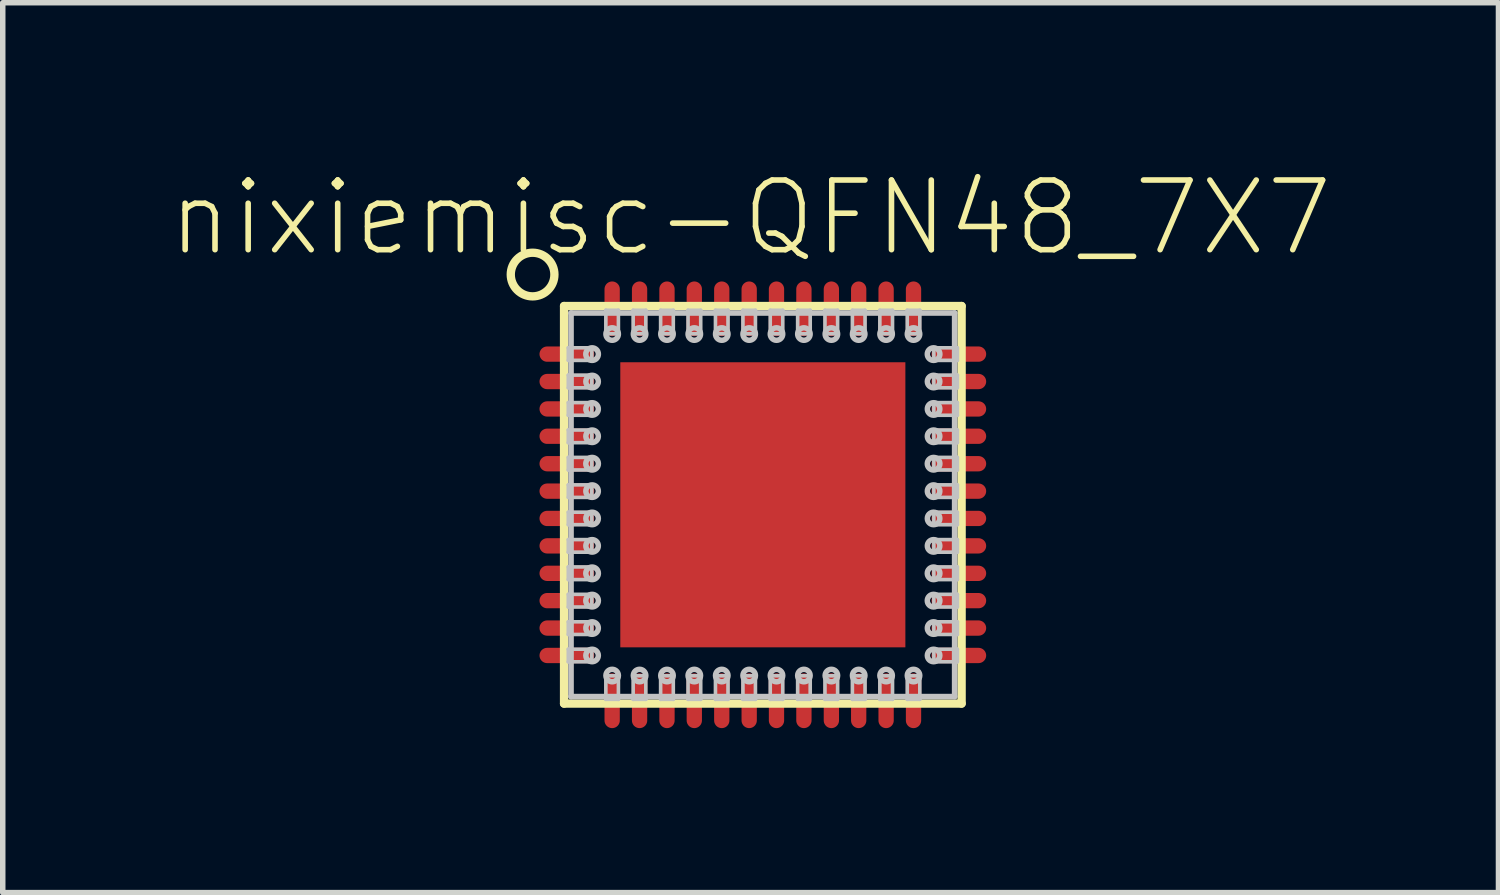
<source format=kicad_pcb>
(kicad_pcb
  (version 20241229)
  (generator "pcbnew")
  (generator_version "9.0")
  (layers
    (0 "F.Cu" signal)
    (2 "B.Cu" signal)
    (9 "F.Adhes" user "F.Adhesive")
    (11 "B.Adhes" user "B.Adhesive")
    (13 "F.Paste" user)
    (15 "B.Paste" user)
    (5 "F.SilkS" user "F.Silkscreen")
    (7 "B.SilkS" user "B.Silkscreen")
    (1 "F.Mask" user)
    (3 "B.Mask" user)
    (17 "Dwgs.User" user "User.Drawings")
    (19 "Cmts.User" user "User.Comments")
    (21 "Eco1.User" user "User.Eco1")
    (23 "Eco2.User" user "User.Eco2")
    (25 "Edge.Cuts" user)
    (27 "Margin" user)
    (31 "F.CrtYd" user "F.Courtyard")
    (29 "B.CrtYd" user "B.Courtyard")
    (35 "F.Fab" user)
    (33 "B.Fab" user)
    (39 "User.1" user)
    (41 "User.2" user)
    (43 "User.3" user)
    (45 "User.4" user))
  (footprint "nixiemisc-QFN48_7X7"
    (layer "F.Cu")
    (at 10.862 6.156)
    (property "Reference" "nixiemisc-QFN48_7X7" (at -0.224 -5.235 0) (layer "F.SilkS") (effects (font (size 1.27 1.27) (thickness 0.102))))
    (attr smd)
    (fp_line (start -2.598 -2.598) (end 2.598 -2.598) (stroke (width 0.066) (type solid)) (layer "F.Mask"))
    (fp_line (start -2.598 2.598) (end -2.598 -2.598) (stroke (width 0.066) (type solid)) (layer "F.Mask"))
    (fp_line (start -2.598 2.598) (end 2.598 2.598) (stroke (width 0.066) (type solid)) (layer "F.Mask"))
    (fp_line (start 2.598 2.598) (end 2.598 -2.598) (stroke (width 0.066) (type solid)) (layer "F.Mask"))
    (fp_line (start -3.625 3.625) (end -3.625 -3.625) (stroke (width 0.152) (type solid)) (layer "F.SilkS"))
    (fp_line (start 3.625 -3.625) (end -3.625 -3.625) (stroke (width 0.152) (type solid)) (layer "F.SilkS"))
    (fp_line (start 3.625 -3.625) (end 3.625 3.625) (stroke (width 0.152) (type solid)) (layer "F.SilkS"))
    (fp_line (start 3.625 3.625) (end -3.625 3.625) (stroke (width 0.152) (type solid)) (layer "F.SilkS"))
    (fp_circle (center -4.199 -4.199) (end -4.199 -4.597) (stroke (width 0.152) (type solid)) (fill no) (layer "F.SilkS"))
    (fp_line (start -2.598 -2.598) (end 2.598 -2.598) (stroke (width 0.066) (type solid)) (layer "F.Paste"))
    (fp_line (start -2.598 2.598) (end -2.598 -2.598) (stroke (width 0.066) (type solid)) (layer "F.Paste"))
    (fp_line (start -2.598 2.598) (end 2.598 2.598) (stroke (width 0.066) (type solid)) (layer "F.Paste"))
    (fp_line (start 2.598 2.598) (end 2.598 -2.598) (stroke (width 0.066) (type solid)) (layer "F.Paste"))
    (fp_line (start -3.548 -2.863) (end -3.548 -2.634) (stroke (width 0.066) (type solid)) (layer "Dwgs.User"))
    (fp_line (start -3.548 -2.863) (end -3.119 -2.863) (stroke (width 0.066) (type solid)) (layer "Dwgs.User"))
    (fp_line (start -3.548 -2.634) (end -3.119 -2.634) (stroke (width 0.066) (type solid)) (layer "Dwgs.User"))
    (fp_line (start -3.548 -2.365) (end -3.548 -2.134) (stroke (width 0.066) (type solid)) (layer "Dwgs.User"))
    (fp_line (start -3.548 -2.365) (end -3.119 -2.365) (stroke (width 0.066) (type solid)) (layer "Dwgs.User"))
    (fp_line (start -3.548 -2.134) (end -3.119 -2.134) (stroke (width 0.066) (type solid)) (layer "Dwgs.User"))
    (fp_line (start -3.548 -1.864) (end -3.548 -1.633) (stroke (width 0.066) (type solid)) (layer "Dwgs.User"))
    (fp_line (start -3.548 -1.864) (end -3.119 -1.864) (stroke (width 0.066) (type solid)) (layer "Dwgs.User"))
    (fp_line (start -3.548 -1.633) (end -3.119 -1.633) (stroke (width 0.066) (type solid)) (layer "Dwgs.User"))
    (fp_line (start -3.548 -1.364) (end -3.548 -1.133) (stroke (width 0.066) (type solid)) (layer "Dwgs.User"))
    (fp_line (start -3.548 -1.364) (end -3.119 -1.364) (stroke (width 0.066) (type solid)) (layer "Dwgs.User"))
    (fp_line (start -3.548 -1.133) (end -3.119 -1.133) (stroke (width 0.066) (type solid)) (layer "Dwgs.User"))
    (fp_line (start -3.548 -0.864) (end -3.548 -0.635) (stroke (width 0.066) (type solid)) (layer "Dwgs.User"))
    (fp_line (start -3.548 -0.864) (end -3.119 -0.864) (stroke (width 0.066) (type solid)) (layer "Dwgs.User"))
    (fp_line (start -3.548 -0.635) (end -3.119 -0.635) (stroke (width 0.066) (type solid)) (layer "Dwgs.User"))
    (fp_line (start -3.548 -0.363) (end -3.548 -0.135) (stroke (width 0.066) (type solid)) (layer "Dwgs.User"))
    (fp_line (start -3.548 -0.363) (end -3.119 -0.363) (stroke (width 0.066) (type solid)) (layer "Dwgs.User"))
    (fp_line (start -3.548 -0.135) (end -3.119 -0.135) (stroke (width 0.066) (type solid)) (layer "Dwgs.User"))
    (fp_line (start -3.548 0.135) (end -3.548 0.363) (stroke (width 0.066) (type solid)) (layer "Dwgs.User"))
    (fp_line (start -3.548 0.135) (end -3.119 0.135) (stroke (width 0.066) (type solid)) (layer "Dwgs.User"))
    (fp_line (start -3.548 0.363) (end -3.119 0.363) (stroke (width 0.066) (type solid)) (layer "Dwgs.User"))
    (fp_line (start -3.548 0.635) (end -3.548 0.864) (stroke (width 0.066) (type solid)) (layer "Dwgs.User"))
    (fp_line (start -3.548 0.635) (end -3.119 0.635) (stroke (width 0.066) (type solid)) (layer "Dwgs.User"))
    (fp_line (start -3.548 0.864) (end -3.119 0.864) (stroke (width 0.066) (type solid)) (layer "Dwgs.User"))
    (fp_line (start -3.548 1.133) (end -3.548 1.364) (stroke (width 0.066) (type solid)) (layer "Dwgs.User"))
    (fp_line (start -3.548 1.133) (end -3.119 1.133) (stroke (width 0.066) (type solid)) (layer "Dwgs.User"))
    (fp_line (start -3.548 1.364) (end -3.119 1.364) (stroke (width 0.066) (type solid)) (layer "Dwgs.User"))
    (fp_line (start -3.548 1.633) (end -3.548 1.864) (stroke (width 0.066) (type solid)) (layer "Dwgs.User"))
    (fp_line (start -3.548 1.633) (end -3.119 1.633) (stroke (width 0.066) (type solid)) (layer "Dwgs.User"))
    (fp_line (start -3.548 1.864) (end -3.119 1.864) (stroke (width 0.066) (type solid)) (layer "Dwgs.User"))
    (fp_line (start -3.548 2.134) (end -3.548 2.365) (stroke (width 0.066) (type solid)) (layer "Dwgs.User"))
    (fp_line (start -3.548 2.134) (end -3.119 2.134) (stroke (width 0.066) (type solid)) (layer "Dwgs.User"))
    (fp_line (start -3.548 2.365) (end -3.119 2.365) (stroke (width 0.066) (type solid)) (layer "Dwgs.User"))
    (fp_line (start -3.548 2.634) (end -3.548 2.863) (stroke (width 0.066) (type solid)) (layer "Dwgs.User"))
    (fp_line (start -3.548 2.634) (end -3.119 2.634) (stroke (width 0.066) (type solid)) (layer "Dwgs.User"))
    (fp_line (start -3.548 2.863) (end -3.119 2.863) (stroke (width 0.066) (type solid)) (layer "Dwgs.User"))
    (fp_line (start -3.498 -3.498) (end 3.498 -3.498) (stroke (width 0.102) (type solid)) (layer "Dwgs.User"))
    (fp_line (start -3.498 3.498) (end -3.498 -3.498) (stroke (width 0.102) (type solid)) (layer "Dwgs.User"))
    (fp_line (start -3.119 -2.863) (end -3.119 -2.634) (stroke (width 0.066) (type solid)) (layer "Dwgs.User"))
    (fp_line (start -3.119 -2.365) (end -3.119 -2.134) (stroke (width 0.066) (type solid)) (layer "Dwgs.User"))
    (fp_line (start -3.119 -1.864) (end -3.119 -1.633) (stroke (width 0.066) (type solid)) (layer "Dwgs.User"))
    (fp_line (start -3.119 -1.364) (end -3.119 -1.133) (stroke (width 0.066) (type solid)) (layer "Dwgs.User"))
    (fp_line (start -3.119 -0.864) (end -3.119 -0.635) (stroke (width 0.066) (type solid)) (layer "Dwgs.User"))
    (fp_line (start -3.119 -0.363) (end -3.119 -0.135) (stroke (width 0.066) (type solid)) (layer "Dwgs.User"))
    (fp_line (start -3.119 0.135) (end -3.119 0.363) (stroke (width 0.066) (type solid)) (layer "Dwgs.User"))
    (fp_line (start -3.119 0.635) (end -3.119 0.864) (stroke (width 0.066) (type solid)) (layer "Dwgs.User"))
    (fp_line (start -3.119 1.133) (end -3.119 1.364) (stroke (width 0.066) (type solid)) (layer "Dwgs.User"))
    (fp_line (start -3.119 1.633) (end -3.119 1.864) (stroke (width 0.066) (type solid)) (layer "Dwgs.User"))
    (fp_line (start -3.119 2.134) (end -3.119 2.365) (stroke (width 0.066) (type solid)) (layer "Dwgs.User"))
    (fp_line (start -3.119 2.634) (end -3.119 2.863) (stroke (width 0.066) (type solid)) (layer "Dwgs.User"))
    (fp_line (start -2.863 -3.548) (end -2.863 -3.119) (stroke (width 0.066) (type solid)) (layer "Dwgs.User"))
    (fp_line (start -2.863 3.119) (end -2.634 3.119) (stroke (width 0.066) (type solid)) (layer "Dwgs.User"))
    (fp_line (start -2.863 3.548) (end -2.863 3.119) (stroke (width 0.066) (type solid)) (layer "Dwgs.User"))
    (fp_line (start -2.863 3.548) (end -2.634 3.548) (stroke (width 0.066) (type solid)) (layer "Dwgs.User"))
    (fp_line (start -2.634 -3.548) (end -2.863 -3.548) (stroke (width 0.066) (type solid)) (layer "Dwgs.User"))
    (fp_line (start -2.634 -3.548) (end -2.634 -3.119) (stroke (width 0.066) (type solid)) (layer "Dwgs.User"))
    (fp_line (start -2.634 -3.119) (end -2.863 -3.119) (stroke (width 0.066) (type solid)) (layer "Dwgs.User"))
    (fp_line (start -2.634 3.548) (end -2.634 3.119) (stroke (width 0.066) (type solid)) (layer "Dwgs.User"))
    (fp_line (start -2.365 -3.548) (end -2.365 -3.119) (stroke (width 0.066) (type solid)) (layer "Dwgs.User"))
    (fp_line (start -2.365 3.119) (end -2.134 3.119) (stroke (width 0.066) (type solid)) (layer "Dwgs.User"))
    (fp_line (start -2.365 3.548) (end -2.365 3.119) (stroke (width 0.066) (type solid)) (layer "Dwgs.User"))
    (fp_line (start -2.365 3.548) (end -2.134 3.548) (stroke (width 0.066) (type solid)) (layer "Dwgs.User"))
    (fp_line (start -2.134 -3.548) (end -2.365 -3.548) (stroke (width 0.066) (type solid)) (layer "Dwgs.User"))
    (fp_line (start -2.134 -3.548) (end -2.134 -3.119) (stroke (width 0.066) (type solid)) (layer "Dwgs.User"))
    (fp_line (start -2.134 -3.119) (end -2.365 -3.119) (stroke (width 0.066) (type solid)) (layer "Dwgs.User"))
    (fp_line (start -2.134 3.548) (end -2.134 3.119) (stroke (width 0.066) (type solid)) (layer "Dwgs.User"))
    (fp_line (start -1.864 -3.548) (end -1.864 -3.119) (stroke (width 0.066) (type solid)) (layer "Dwgs.User"))
    (fp_line (start -1.864 3.119) (end -1.633 3.119) (stroke (width 0.066) (type solid)) (layer "Dwgs.User"))
    (fp_line (start -1.864 3.548) (end -1.864 3.119) (stroke (width 0.066) (type solid)) (layer "Dwgs.User"))
    (fp_line (start -1.864 3.548) (end -1.633 3.548) (stroke (width 0.066) (type solid)) (layer "Dwgs.User"))
    (fp_line (start -1.633 -3.548) (end -1.864 -3.548) (stroke (width 0.066) (type solid)) (layer "Dwgs.User"))
    (fp_line (start -1.633 -3.548) (end -1.633 -3.119) (stroke (width 0.066) (type solid)) (layer "Dwgs.User"))
    (fp_line (start -1.633 -3.119) (end -1.864 -3.119) (stroke (width 0.066) (type solid)) (layer "Dwgs.User"))
    (fp_line (start -1.633 3.548) (end -1.633 3.119) (stroke (width 0.066) (type solid)) (layer "Dwgs.User"))
    (fp_line (start -1.364 -3.548) (end -1.364 -3.119) (stroke (width 0.066) (type solid)) (layer "Dwgs.User"))
    (fp_line (start -1.364 3.119) (end -1.133 3.119) (stroke (width 0.066) (type solid)) (layer "Dwgs.User"))
    (fp_line (start -1.364 3.548) (end -1.364 3.119) (stroke (width 0.066) (type solid)) (layer "Dwgs.User"))
    (fp_line (start -1.364 3.548) (end -1.133 3.548) (stroke (width 0.066) (type solid)) (layer "Dwgs.User"))
    (fp_line (start -1.133 -3.548) (end -1.364 -3.548) (stroke (width 0.066) (type solid)) (layer "Dwgs.User"))
    (fp_line (start -1.133 -3.548) (end -1.133 -3.119) (stroke (width 0.066) (type solid)) (layer "Dwgs.User"))
    (fp_line (start -1.133 -3.119) (end -1.364 -3.119) (stroke (width 0.066) (type solid)) (layer "Dwgs.User"))
    (fp_line (start -1.133 3.548) (end -1.133 3.119) (stroke (width 0.066) (type solid)) (layer "Dwgs.User"))
    (fp_line (start -0.864 -3.548) (end -0.864 -3.119) (stroke (width 0.066) (type solid)) (layer "Dwgs.User"))
    (fp_line (start -0.864 3.119) (end -0.635 3.119) (stroke (width 0.066) (type solid)) (layer "Dwgs.User"))
    (fp_line (start -0.864 3.548) (end -0.864 3.119) (stroke (width 0.066) (type solid)) (layer "Dwgs.User"))
    (fp_line (start -0.864 3.548) (end -0.635 3.548) (stroke (width 0.066) (type solid)) (layer "Dwgs.User"))
    (fp_line (start -0.635 -3.548) (end -0.864 -3.548) (stroke (width 0.066) (type solid)) (layer "Dwgs.User"))
    (fp_line (start -0.635 -3.548) (end -0.635 -3.119) (stroke (width 0.066) (type solid)) (layer "Dwgs.User"))
    (fp_line (start -0.635 -3.119) (end -0.864 -3.119) (stroke (width 0.066) (type solid)) (layer "Dwgs.User"))
    (fp_line (start -0.635 3.548) (end -0.635 3.119) (stroke (width 0.066) (type solid)) (layer "Dwgs.User"))
    (fp_line (start -0.363 -3.548) (end -0.363 -3.119) (stroke (width 0.066) (type solid)) (layer "Dwgs.User"))
    (fp_line (start -0.363 3.119) (end -0.135 3.119) (stroke (width 0.066) (type solid)) (layer "Dwgs.User"))
    (fp_line (start -0.363 3.548) (end -0.363 3.119) (stroke (width 0.066) (type solid)) (layer "Dwgs.User"))
    (fp_line (start -0.363 3.548) (end -0.135 3.548) (stroke (width 0.066) (type solid)) (layer "Dwgs.User"))
    (fp_line (start -0.135 -3.548) (end -0.363 -3.548) (stroke (width 0.066) (type solid)) (layer "Dwgs.User"))
    (fp_line (start -0.135 -3.548) (end -0.135 -3.119) (stroke (width 0.066) (type solid)) (layer "Dwgs.User"))
    (fp_line (start -0.135 -3.119) (end -0.363 -3.119) (stroke (width 0.066) (type solid)) (layer "Dwgs.User"))
    (fp_line (start -0.135 3.548) (end -0.135 3.119) (stroke (width 0.066) (type solid)) (layer "Dwgs.User"))
    (fp_line (start 0.135 -3.548) (end 0.135 -3.119) (stroke (width 0.066) (type solid)) (layer "Dwgs.User"))
    (fp_line (start 0.135 3.119) (end 0.363 3.119) (stroke (width 0.066) (type solid)) (layer "Dwgs.User"))
    (fp_line (start 0.135 3.548) (end 0.135 3.119) (stroke (width 0.066) (type solid)) (layer "Dwgs.User"))
    (fp_line (start 0.135 3.548) (end 0.363 3.548) (stroke (width 0.066) (type solid)) (layer "Dwgs.User"))
    (fp_line (start 0.363 -3.548) (end 0.135 -3.548) (stroke (width 0.066) (type solid)) (layer "Dwgs.User"))
    (fp_line (start 0.363 -3.548) (end 0.363 -3.119) (stroke (width 0.066) (type solid)) (layer "Dwgs.User"))
    (fp_line (start 0.363 -3.119) (end 0.135 -3.119) (stroke (width 0.066) (type solid)) (layer "Dwgs.User"))
    (fp_line (start 0.363 3.548) (end 0.363 3.119) (stroke (width 0.066) (type solid)) (layer "Dwgs.User"))
    (fp_line (start 0.635 -3.548) (end 0.635 -3.119) (stroke (width 0.066) (type solid)) (layer "Dwgs.User"))
    (fp_line (start 0.635 3.119) (end 0.864 3.119) (stroke (width 0.066) (type solid)) (layer "Dwgs.User"))
    (fp_line (start 0.635 3.548) (end 0.635 3.119) (stroke (width 0.066) (type solid)) (layer "Dwgs.User"))
    (fp_line (start 0.635 3.548) (end 0.864 3.548) (stroke (width 0.066) (type solid)) (layer "Dwgs.User"))
    (fp_line (start 0.864 -3.548) (end 0.635 -3.548) (stroke (width 0.066) (type solid)) (layer "Dwgs.User"))
    (fp_line (start 0.864 -3.548) (end 0.864 -3.119) (stroke (width 0.066) (type solid)) (layer "Dwgs.User"))
    (fp_line (start 0.864 -3.119) (end 0.635 -3.119) (stroke (width 0.066) (type solid)) (layer "Dwgs.User"))
    (fp_line (start 0.864 3.548) (end 0.864 3.119) (stroke (width 0.066) (type solid)) (layer "Dwgs.User"))
    (fp_line (start 1.133 -3.548) (end 1.133 -3.119) (stroke (width 0.066) (type solid)) (layer "Dwgs.User"))
    (fp_line (start 1.133 3.119) (end 1.364 3.119) (stroke (width 0.066) (type solid)) (layer "Dwgs.User"))
    (fp_line (start 1.133 3.548) (end 1.133 3.119) (stroke (width 0.066) (type solid)) (layer "Dwgs.User"))
    (fp_line (start 1.133 3.548) (end 1.364 3.548) (stroke (width 0.066) (type solid)) (layer "Dwgs.User"))
    (fp_line (start 1.364 -3.548) (end 1.133 -3.548) (stroke (width 0.066) (type solid)) (layer "Dwgs.User"))
    (fp_line (start 1.364 -3.548) (end 1.364 -3.119) (stroke (width 0.066) (type solid)) (layer "Dwgs.User"))
    (fp_line (start 1.364 -3.119) (end 1.133 -3.119) (stroke (width 0.066) (type solid)) (layer "Dwgs.User"))
    (fp_line (start 1.364 3.548) (end 1.364 3.119) (stroke (width 0.066) (type solid)) (layer "Dwgs.User"))
    (fp_line (start 1.633 -3.548) (end 1.633 -3.119) (stroke (width 0.066) (type solid)) (layer "Dwgs.User"))
    (fp_line (start 1.633 3.119) (end 1.864 3.119) (stroke (width 0.066) (type solid)) (layer "Dwgs.User"))
    (fp_line (start 1.633 3.548) (end 1.633 3.119) (stroke (width 0.066) (type solid)) (layer "Dwgs.User"))
    (fp_line (start 1.633 3.548) (end 1.864 3.548) (stroke (width 0.066) (type solid)) (layer "Dwgs.User"))
    (fp_line (start 1.864 -3.548) (end 1.633 -3.548) (stroke (width 0.066) (type solid)) (layer "Dwgs.User"))
    (fp_line (start 1.864 -3.548) (end 1.864 -3.119) (stroke (width 0.066) (type solid)) (layer "Dwgs.User"))
    (fp_line (start 1.864 -3.119) (end 1.633 -3.119) (stroke (width 0.066) (type solid)) (layer "Dwgs.User"))
    (fp_line (start 1.864 3.548) (end 1.864 3.119) (stroke (width 0.066) (type solid)) (layer "Dwgs.User"))
    (fp_line (start 2.134 -3.548) (end 2.134 -3.119) (stroke (width 0.066) (type solid)) (layer "Dwgs.User"))
    (fp_line (start 2.134 3.119) (end 2.365 3.119) (stroke (width 0.066) (type solid)) (layer "Dwgs.User"))
    (fp_line (start 2.134 3.548) (end 2.134 3.119) (stroke (width 0.066) (type solid)) (layer "Dwgs.User"))
    (fp_line (start 2.134 3.548) (end 2.365 3.548) (stroke (width 0.066) (type solid)) (layer "Dwgs.User"))
    (fp_line (start 2.365 -3.548) (end 2.134 -3.548) (stroke (width 0.066) (type solid)) (layer "Dwgs.User"))
    (fp_line (start 2.365 -3.548) (end 2.365 -3.119) (stroke (width 0.066) (type solid)) (layer "Dwgs.User"))
    (fp_line (start 2.365 -3.119) (end 2.134 -3.119) (stroke (width 0.066) (type solid)) (layer "Dwgs.User"))
    (fp_line (start 2.365 3.548) (end 2.365 3.119) (stroke (width 0.066) (type solid)) (layer "Dwgs.User"))
    (fp_line (start 2.634 -3.548) (end 2.634 -3.119) (stroke (width 0.066) (type solid)) (layer "Dwgs.User"))
    (fp_line (start 2.634 3.119) (end 2.863 3.119) (stroke (width 0.066) (type solid)) (layer "Dwgs.User"))
    (fp_line (start 2.634 3.548) (end 2.634 3.119) (stroke (width 0.066) (type solid)) (layer "Dwgs.User"))
    (fp_line (start 2.634 3.548) (end 2.863 3.548) (stroke (width 0.066) (type solid)) (layer "Dwgs.User"))
    (fp_line (start 2.863 -3.548) (end 2.634 -3.548) (stroke (width 0.066) (type solid)) (layer "Dwgs.User"))
    (fp_line (start 2.863 -3.548) (end 2.863 -3.119) (stroke (width 0.066) (type solid)) (layer "Dwgs.User"))
    (fp_line (start 2.863 -3.119) (end 2.634 -3.119) (stroke (width 0.066) (type solid)) (layer "Dwgs.User"))
    (fp_line (start 2.863 3.548) (end 2.863 3.119) (stroke (width 0.066) (type solid)) (layer "Dwgs.User"))
    (fp_line (start 3.119 -2.634) (end 3.119 -2.863) (stroke (width 0.066) (type solid)) (layer "Dwgs.User"))
    (fp_line (start 3.119 -2.134) (end 3.119 -2.365) (stroke (width 0.066) (type solid)) (layer "Dwgs.User"))
    (fp_line (start 3.119 -1.633) (end 3.119 -1.864) (stroke (width 0.066) (type solid)) (layer "Dwgs.User"))
    (fp_line (start 3.119 -1.133) (end 3.119 -1.364) (stroke (width 0.066) (type solid)) (layer "Dwgs.User"))
    (fp_line (start 3.119 -0.635) (end 3.119 -0.864) (stroke (width 0.066) (type solid)) (layer "Dwgs.User"))
    (fp_line (start 3.119 -0.135) (end 3.119 -0.363) (stroke (width 0.066) (type solid)) (layer "Dwgs.User"))
    (fp_line (start 3.119 0.363) (end 3.119 0.135) (stroke (width 0.066) (type solid)) (layer "Dwgs.User"))
    (fp_line (start 3.119 0.864) (end 3.119 0.635) (stroke (width 0.066) (type solid)) (layer "Dwgs.User"))
    (fp_line (start 3.119 1.364) (end 3.119 1.133) (stroke (width 0.066) (type solid)) (layer "Dwgs.User"))
    (fp_line (start 3.119 1.864) (end 3.119 1.633) (stroke (width 0.066) (type solid)) (layer "Dwgs.User"))
    (fp_line (start 3.119 2.365) (end 3.119 2.134) (stroke (width 0.066) (type solid)) (layer "Dwgs.User"))
    (fp_line (start 3.119 2.863) (end 3.119 2.634) (stroke (width 0.066) (type solid)) (layer "Dwgs.User"))
    (fp_line (start 3.498 -3.498) (end 3.498 3.498) (stroke (width 0.102) (type solid)) (layer "Dwgs.User"))
    (fp_line (start 3.498 3.498) (end -3.498 3.498) (stroke (width 0.102) (type solid)) (layer "Dwgs.User"))
    (fp_line (start 3.548 -2.863) (end 3.119 -2.863) (stroke (width 0.066) (type solid)) (layer "Dwgs.User"))
    (fp_line (start 3.548 -2.634) (end 3.119 -2.634) (stroke (width 0.066) (type solid)) (layer "Dwgs.User"))
    (fp_line (start 3.548 -2.634) (end 3.548 -2.863) (stroke (width 0.066) (type solid)) (layer "Dwgs.User"))
    (fp_line (start 3.548 -2.365) (end 3.119 -2.365) (stroke (width 0.066) (type solid)) (layer "Dwgs.User"))
    (fp_line (start 3.548 -2.134) (end 3.119 -2.134) (stroke (width 0.066) (type solid)) (layer "Dwgs.User"))
    (fp_line (start 3.548 -2.134) (end 3.548 -2.365) (stroke (width 0.066) (type solid)) (layer "Dwgs.User"))
    (fp_line (start 3.548 -1.864) (end 3.119 -1.864) (stroke (width 0.066) (type solid)) (layer "Dwgs.User"))
    (fp_line (start 3.548 -1.633) (end 3.119 -1.633) (stroke (width 0.066) (type solid)) (layer "Dwgs.User"))
    (fp_line (start 3.548 -1.633) (end 3.548 -1.864) (stroke (width 0.066) (type solid)) (layer "Dwgs.User"))
    (fp_line (start 3.548 -1.364) (end 3.119 -1.364) (stroke (width 0.066) (type solid)) (layer "Dwgs.User"))
    (fp_line (start 3.548 -1.133) (end 3.119 -1.133) (stroke (width 0.066) (type solid)) (layer "Dwgs.User"))
    (fp_line (start 3.548 -1.133) (end 3.548 -1.364) (stroke (width 0.066) (type solid)) (layer "Dwgs.User"))
    (fp_line (start 3.548 -0.864) (end 3.119 -0.864) (stroke (width 0.066) (type solid)) (layer "Dwgs.User"))
    (fp_line (start 3.548 -0.635) (end 3.119 -0.635) (stroke (width 0.066) (type solid)) (layer "Dwgs.User"))
    (fp_line (start 3.548 -0.635) (end 3.548 -0.864) (stroke (width 0.066) (type solid)) (layer "Dwgs.User"))
    (fp_line (start 3.548 -0.363) (end 3.119 -0.363) (stroke (width 0.066) (type solid)) (layer "Dwgs.User"))
    (fp_line (start 3.548 -0.135) (end 3.119 -0.135) (stroke (width 0.066) (type solid)) (layer "Dwgs.User"))
    (fp_line (start 3.548 -0.135) (end 3.548 -0.363) (stroke (width 0.066) (type solid)) (layer "Dwgs.User"))
    (fp_line (start 3.548 0.135) (end 3.119 0.135) (stroke (width 0.066) (type solid)) (layer "Dwgs.User"))
    (fp_line (start 3.548 0.363) (end 3.119 0.363) (stroke (width 0.066) (type solid)) (layer "Dwgs.User"))
    (fp_line (start 3.548 0.363) (end 3.548 0.135) (stroke (width 0.066) (type solid)) (layer "Dwgs.User"))
    (fp_line (start 3.548 0.635) (end 3.119 0.635) (stroke (width 0.066) (type solid)) (layer "Dwgs.User"))
    (fp_line (start 3.548 0.864) (end 3.119 0.864) (stroke (width 0.066) (type solid)) (layer "Dwgs.User"))
    (fp_line (start 3.548 0.864) (end 3.548 0.635) (stroke (width 0.066) (type solid)) (layer "Dwgs.User"))
    (fp_line (start 3.548 1.133) (end 3.119 1.133) (stroke (width 0.066) (type solid)) (layer "Dwgs.User"))
    (fp_line (start 3.548 1.364) (end 3.119 1.364) (stroke (width 0.066) (type solid)) (layer "Dwgs.User"))
    (fp_line (start 3.548 1.364) (end 3.548 1.133) (stroke (width 0.066) (type solid)) (layer "Dwgs.User"))
    (fp_line (start 3.548 1.633) (end 3.119 1.633) (stroke (width 0.066) (type solid)) (layer "Dwgs.User"))
    (fp_line (start 3.548 1.864) (end 3.119 1.864) (stroke (width 0.066) (type solid)) (layer "Dwgs.User"))
    (fp_line (start 3.548 1.864) (end 3.548 1.633) (stroke (width 0.066) (type solid)) (layer "Dwgs.User"))
    (fp_line (start 3.548 2.134) (end 3.119 2.134) (stroke (width 0.066) (type solid)) (layer "Dwgs.User"))
    (fp_line (start 3.548 2.365) (end 3.119 2.365) (stroke (width 0.066) (type solid)) (layer "Dwgs.User"))
    (fp_line (start 3.548 2.365) (end 3.548 2.134) (stroke (width 0.066) (type solid)) (layer "Dwgs.User"))
    (fp_line (start 3.548 2.634) (end 3.119 2.634) (stroke (width 0.066) (type solid)) (layer "Dwgs.User"))
    (fp_line (start 3.548 2.863) (end 3.119 2.863) (stroke (width 0.066) (type solid)) (layer "Dwgs.User"))
    (fp_line (start 3.548 2.863) (end 3.548 2.634) (stroke (width 0.066) (type solid)) (layer "Dwgs.User"))
    (fp_circle (center -3.114 -2.748) (end -3.114 -2.863) (stroke (width 0.1) (type solid)) (fill no) (layer "Dwgs.User"))
    (fp_circle (center -3.114 -2.248) (end -3.114 -2.362) (stroke (width 0.1) (type solid)) (fill no) (layer "Dwgs.User"))
    (fp_circle (center -3.114 -1.748) (end -3.114 -1.862) (stroke (width 0.1) (type solid)) (fill no) (layer "Dwgs.User"))
    (fp_circle (center -3.114 -1.25) (end -3.114 -1.364) (stroke (width 0.1) (type solid)) (fill no) (layer "Dwgs.User"))
    (fp_circle (center -3.114 -0.749) (end -3.114 -0.864) (stroke (width 0.1) (type solid)) (fill no) (layer "Dwgs.User"))
    (fp_circle (center -3.114 -0.249) (end -3.114 -0.363) (stroke (width 0.1) (type solid)) (fill no) (layer "Dwgs.User"))
    (fp_circle (center -3.114 0.249) (end -3.114 0.135) (stroke (width 0.1) (type solid)) (fill no) (layer "Dwgs.User"))
    (fp_circle (center -3.114 0.749) (end -3.114 0.635) (stroke (width 0.1) (type solid)) (fill no) (layer "Dwgs.User"))
    (fp_circle (center -3.114 1.25) (end -3.114 1.135) (stroke (width 0.1) (type solid)) (fill no) (layer "Dwgs.User"))
    (fp_circle (center -3.114 1.748) (end -3.114 1.633) (stroke (width 0.1) (type solid)) (fill no) (layer "Dwgs.User"))
    (fp_circle (center -3.114 2.248) (end -3.114 2.134) (stroke (width 0.1) (type solid)) (fill no) (layer "Dwgs.User"))
    (fp_circle (center -3.114 2.748) (end -3.114 2.634) (stroke (width 0.1) (type solid)) (fill no) (layer "Dwgs.User"))
    (fp_circle (center -2.748 -3.114) (end -2.748 -3.228) (stroke (width 0.1) (type solid)) (fill no) (layer "Dwgs.User"))
    (fp_circle (center -2.748 3.114) (end -2.748 3) (stroke (width 0.1) (type solid)) (fill no) (layer "Dwgs.User"))
    (fp_circle (center -2.248 -3.114) (end -2.248 -3.228) (stroke (width 0.1) (type solid)) (fill no) (layer "Dwgs.User"))
    (fp_circle (center -2.248 3.114) (end -2.248 3) (stroke (width 0.1) (type solid)) (fill no) (layer "Dwgs.User"))
    (fp_circle (center -1.748 -3.114) (end -1.748 -3.228) (stroke (width 0.1) (type solid)) (fill no) (layer "Dwgs.User"))
    (fp_circle (center -1.748 3.114) (end -1.748 3) (stroke (width 0.1) (type solid)) (fill no) (layer "Dwgs.User"))
    (fp_circle (center -1.25 -3.114) (end -1.25 -3.228) (stroke (width 0.1) (type solid)) (fill no) (layer "Dwgs.User"))
    (fp_circle (center -1.25 3.114) (end -1.25 3) (stroke (width 0.1) (type solid)) (fill no) (layer "Dwgs.User"))
    (fp_circle (center -0.749 -3.114) (end -0.749 -3.228) (stroke (width 0.1) (type solid)) (fill no) (layer "Dwgs.User"))
    (fp_circle (center -0.749 3.114) (end -0.749 3) (stroke (width 0.1) (type solid)) (fill no) (layer "Dwgs.User"))
    (fp_circle (center -0.249 -3.114) (end -0.249 -3.228) (stroke (width 0.1) (type solid)) (fill no) (layer "Dwgs.User"))
    (fp_circle (center -0.249 3.114) (end -0.249 3) (stroke (width 0.1) (type solid)) (fill no) (layer "Dwgs.User"))
    (fp_circle (center 0.249 -3.114) (end 0.249 -3.228) (stroke (width 0.1) (type solid)) (fill no) (layer "Dwgs.User"))
    (fp_circle (center 0.249 3.114) (end 0.249 3) (stroke (width 0.1) (type solid)) (fill no) (layer "Dwgs.User"))
    (fp_circle (center 0.749 -3.114) (end 0.749 -3.228) (stroke (width 0.1) (type solid)) (fill no) (layer "Dwgs.User"))
    (fp_circle (center 0.749 3.114) (end 0.749 3) (stroke (width 0.1) (type solid)) (fill no) (layer "Dwgs.User"))
    (fp_circle (center 1.25 -3.114) (end 1.25 -3.228) (stroke (width 0.1) (type solid)) (fill no) (layer "Dwgs.User"))
    (fp_circle (center 1.25 3.114) (end 1.25 3) (stroke (width 0.1) (type solid)) (fill no) (layer "Dwgs.User"))
    (fp_circle (center 1.748 -3.114) (end 1.748 -3.228) (stroke (width 0.1) (type solid)) (fill no) (layer "Dwgs.User"))
    (fp_circle (center 1.748 3.114) (end 1.748 3) (stroke (width 0.1) (type solid)) (fill no) (layer "Dwgs.User"))
    (fp_circle (center 2.248 -3.114) (end 2.248 -3.228) (stroke (width 0.1) (type solid)) (fill no) (layer "Dwgs.User"))
    (fp_circle (center 2.248 3.114) (end 2.248 3) (stroke (width 0.1) (type solid)) (fill no) (layer "Dwgs.User"))
    (fp_circle (center 2.748 -3.114) (end 2.748 -3.228) (stroke (width 0.1) (type solid)) (fill no) (layer "Dwgs.User"))
    (fp_circle (center 2.748 3.114) (end 2.748 3) (stroke (width 0.1) (type solid)) (fill no) (layer "Dwgs.User"))
    (fp_circle (center 3.114 -2.748) (end 3.114 -2.863) (stroke (width 0.1) (type solid)) (fill no) (layer "Dwgs.User"))
    (fp_circle (center 3.114 -2.248) (end 3.114 -2.362) (stroke (width 0.1) (type solid)) (fill no) (layer "Dwgs.User"))
    (fp_circle (center 3.114 -1.748) (end 3.114 -1.862) (stroke (width 0.1) (type solid)) (fill no) (layer "Dwgs.User"))
    (fp_circle (center 3.114 -1.25) (end 3.114 -1.364) (stroke (width 0.1) (type solid)) (fill no) (layer "Dwgs.User"))
    (fp_circle (center 3.114 -0.749) (end 3.114 -0.864) (stroke (width 0.1) (type solid)) (fill no) (layer "Dwgs.User"))
    (fp_circle (center 3.114 -0.249) (end 3.114 -0.363) (stroke (width 0.1) (type solid)) (fill no) (layer "Dwgs.User"))
    (fp_circle (center 3.114 0.249) (end 3.114 0.135) (stroke (width 0.1) (type solid)) (fill no) (layer "Dwgs.User"))
    (fp_circle (center 3.114 0.749) (end 3.114 0.635) (stroke (width 0.1) (type solid)) (fill no) (layer "Dwgs.User"))
    (fp_circle (center 3.114 1.25) (end 3.114 1.135) (stroke (width 0.1) (type solid)) (fill no) (layer "Dwgs.User"))
    (fp_circle (center 3.114 1.748) (end 3.114 1.633) (stroke (width 0.1) (type solid)) (fill no) (layer "Dwgs.User"))
    (fp_circle (center 3.114 2.248) (end 3.114 2.134) (stroke (width 0.1) (type solid)) (fill no) (layer "Dwgs.User"))
    (fp_circle (center 3.114 2.748) (end 3.114 2.634) (stroke (width 0.1) (type solid)) (fill no) (layer "Dwgs.User"))
    (pad "1" smd oval (at -3.574 -2.748 270) (size 0.279 0.998) (layers "F.Cu" "F.Mask" "F.Paste"))
    (pad "2" smd oval (at -3.574 -2.248 270) (size 0.279 0.998) (layers "F.Cu" "F.Mask" "F.Paste"))
    (pad "3" smd oval (at -3.574 -1.748 270) (size 0.279 0.998) (layers "F.Cu" "F.Mask" "F.Paste"))
    (pad "4" smd oval (at -3.574 -1.25 270) (size 0.279 0.998) (layers "F.Cu" "F.Mask" "F.Paste"))
    (pad "5" smd oval (at -3.574 -0.749 270) (size 0.279 0.998) (layers "F.Cu" "F.Mask" "F.Paste"))
    (pad "6" smd oval (at -3.574 -0.249 270) (size 0.279 0.998) (layers "F.Cu" "F.Mask" "F.Paste"))
    (pad "7" smd oval (at -3.574 0.249 270) (size 0.279 0.998) (layers "F.Cu" "F.Mask" "F.Paste"))
    (pad "8" smd oval (at -3.574 0.749 270) (size 0.279 0.998) (layers "F.Cu" "F.Mask" "F.Paste"))
    (pad "9" smd oval (at -3.574 1.25 270) (size 0.279 0.998) (layers "F.Cu" "F.Mask" "F.Paste"))
    (pad "10" smd oval (at -3.574 1.748 270) (size 0.279 0.998) (layers "F.Cu" "F.Mask" "F.Paste"))
    (pad "11" smd oval (at -3.574 2.248 270) (size 0.279 0.998) (layers "F.Cu" "F.Mask" "F.Paste"))
    (pad "12" smd oval (at -3.574 2.748 270) (size 0.279 0.998) (layers "F.Cu" "F.Mask" "F.Paste"))
    (pad "13" smd oval (at -2.748 3.574) (size 0.279 0.998) (layers "F.Cu" "F.Mask" "F.Paste"))
    (pad "14" smd oval (at -2.248 3.574) (size 0.279 0.998) (layers "F.Cu" "F.Mask" "F.Paste"))
    (pad "15" smd oval (at -1.748 3.574) (size 0.279 0.998) (layers "F.Cu" "F.Mask" "F.Paste"))
    (pad "16" smd oval (at -1.25 3.574) (size 0.279 0.998) (layers "F.Cu" "F.Mask" "F.Paste"))
    (pad "17" smd oval (at -0.749 3.574) (size 0.279 0.998) (layers "F.Cu" "F.Mask" "F.Paste"))
    (pad "18" smd oval (at -0.249 3.574) (size 0.279 0.998) (layers "F.Cu" "F.Mask" "F.Paste"))
    (pad "19" smd oval (at 0.249 3.574) (size 0.279 0.998) (layers "F.Cu" "F.Mask" "F.Paste"))
    (pad "20" smd oval (at 0.749 3.574) (size 0.279 0.998) (layers "F.Cu" "F.Mask" "F.Paste"))
    (pad "21" smd oval (at 1.25 3.574) (size 0.279 0.998) (layers "F.Cu" "F.Mask" "F.Paste"))
    (pad "22" smd oval (at 1.748 3.574) (size 0.279 0.998) (layers "F.Cu" "F.Mask" "F.Paste"))
    (pad "23" smd oval (at 2.248 3.574) (size 0.279 0.998) (layers "F.Cu" "F.Mask" "F.Paste"))
    (pad "24" smd oval (at 2.748 3.574) (size 0.279 0.998) (layers "F.Cu" "F.Mask" "F.Paste"))
    (pad "25" smd oval (at 3.574 2.748 90) (size 0.279 0.998) (layers "F.Cu" "F.Mask" "F.Paste"))
    (pad "26" smd oval (at 3.574 2.248 90) (size 0.279 0.998) (layers "F.Cu" "F.Mask" "F.Paste"))
    (pad "27" smd oval (at 3.574 1.748 90) (size 0.279 0.998) (layers "F.Cu" "F.Mask" "F.Paste"))
    (pad "28" smd oval (at 3.574 1.25 90) (size 0.279 0.998) (layers "F.Cu" "F.Mask" "F.Paste"))
    (pad "29" smd oval (at 3.574 0.749 90) (size 0.279 0.998) (layers "F.Cu" "F.Mask" "F.Paste"))
    (pad "30" smd oval (at 3.574 0.249 90) (size 0.279 0.998) (layers "F.Cu" "F.Mask" "F.Paste"))
    (pad "31" smd oval (at 3.574 -0.249 90) (size 0.279 0.998) (layers "F.Cu" "F.Mask" "F.Paste"))
    (pad "32" smd oval (at 3.574 -0.749 90) (size 0.279 0.998) (layers "F.Cu" "F.Mask" "F.Paste"))
    (pad "33" smd oval (at 3.574 -1.25 90) (size 0.279 0.998) (layers "F.Cu" "F.Mask" "F.Paste"))
    (pad "34" smd oval (at 3.574 -1.748 90) (size 0.279 0.998) (layers "F.Cu" "F.Mask" "F.Paste"))
    (pad "35" smd oval (at 3.574 -2.248 90) (size 0.279 0.998) (layers "F.Cu" "F.Mask" "F.Paste"))
    (pad "36" smd oval (at 3.574 -2.748 90) (size 0.279 0.998) (layers "F.Cu" "F.Mask" "F.Paste"))
    (pad "37" smd oval (at 2.748 -3.574 180) (size 0.279 0.998) (layers "F.Cu" "F.Mask" "F.Paste"))
    (pad "38" smd oval (at 2.248 -3.574 180) (size 0.279 0.998) (layers "F.Cu" "F.Mask" "F.Paste"))
    (pad "39" smd oval (at 1.748 -3.574 180) (size 0.279 0.998) (layers "F.Cu" "F.Mask" "F.Paste"))
    (pad "40" smd oval (at 1.25 -3.574 180) (size 0.279 0.998) (layers "F.Cu" "F.Mask" "F.Paste"))
    (pad "41" smd oval (at 0.749 -3.574 180) (size 0.279 0.998) (layers "F.Cu" "F.Mask" "F.Paste"))
    (pad "42" smd oval (at 0.249 -3.574 180) (size 0.279 0.998) (layers "F.Cu" "F.Mask" "F.Paste"))
    (pad "43" smd oval (at -0.249 -3.574 180) (size 0.279 0.998) (layers "F.Cu" "F.Mask" "F.Paste"))
    (pad "44" smd oval (at -0.749 -3.574 180) (size 0.279 0.998) (layers "F.Cu" "F.Mask" "F.Paste"))
    (pad "45" smd oval (at -1.25 -3.574 180) (size 0.279 0.998) (layers "F.Cu" "F.Mask" "F.Paste"))
    (pad "46" smd oval (at -1.748 -3.574 180) (size 0.279 0.998) (layers "F.Cu" "F.Mask" "F.Paste"))
    (pad "47" smd oval (at -2.248 -3.574 180) (size 0.279 0.998) (layers "F.Cu" "F.Mask" "F.Paste"))
    (pad "48" smd oval (at -2.748 -3.574 180) (size 0.279 0.998) (layers "F.Cu" "F.Mask" "F.Paste"))
    (pad "49" smd rect (at 0 0) (size 5.199 5.199) (layers "F.Cu" "F.Mask" "F.Paste")))
  (gr_rect
    (start -3 -3)
    (end 24.278 13.229)
    (stroke (width 0.1) (type default))
    (fill no)
    (layer "Edge.Cuts")))
</source>
